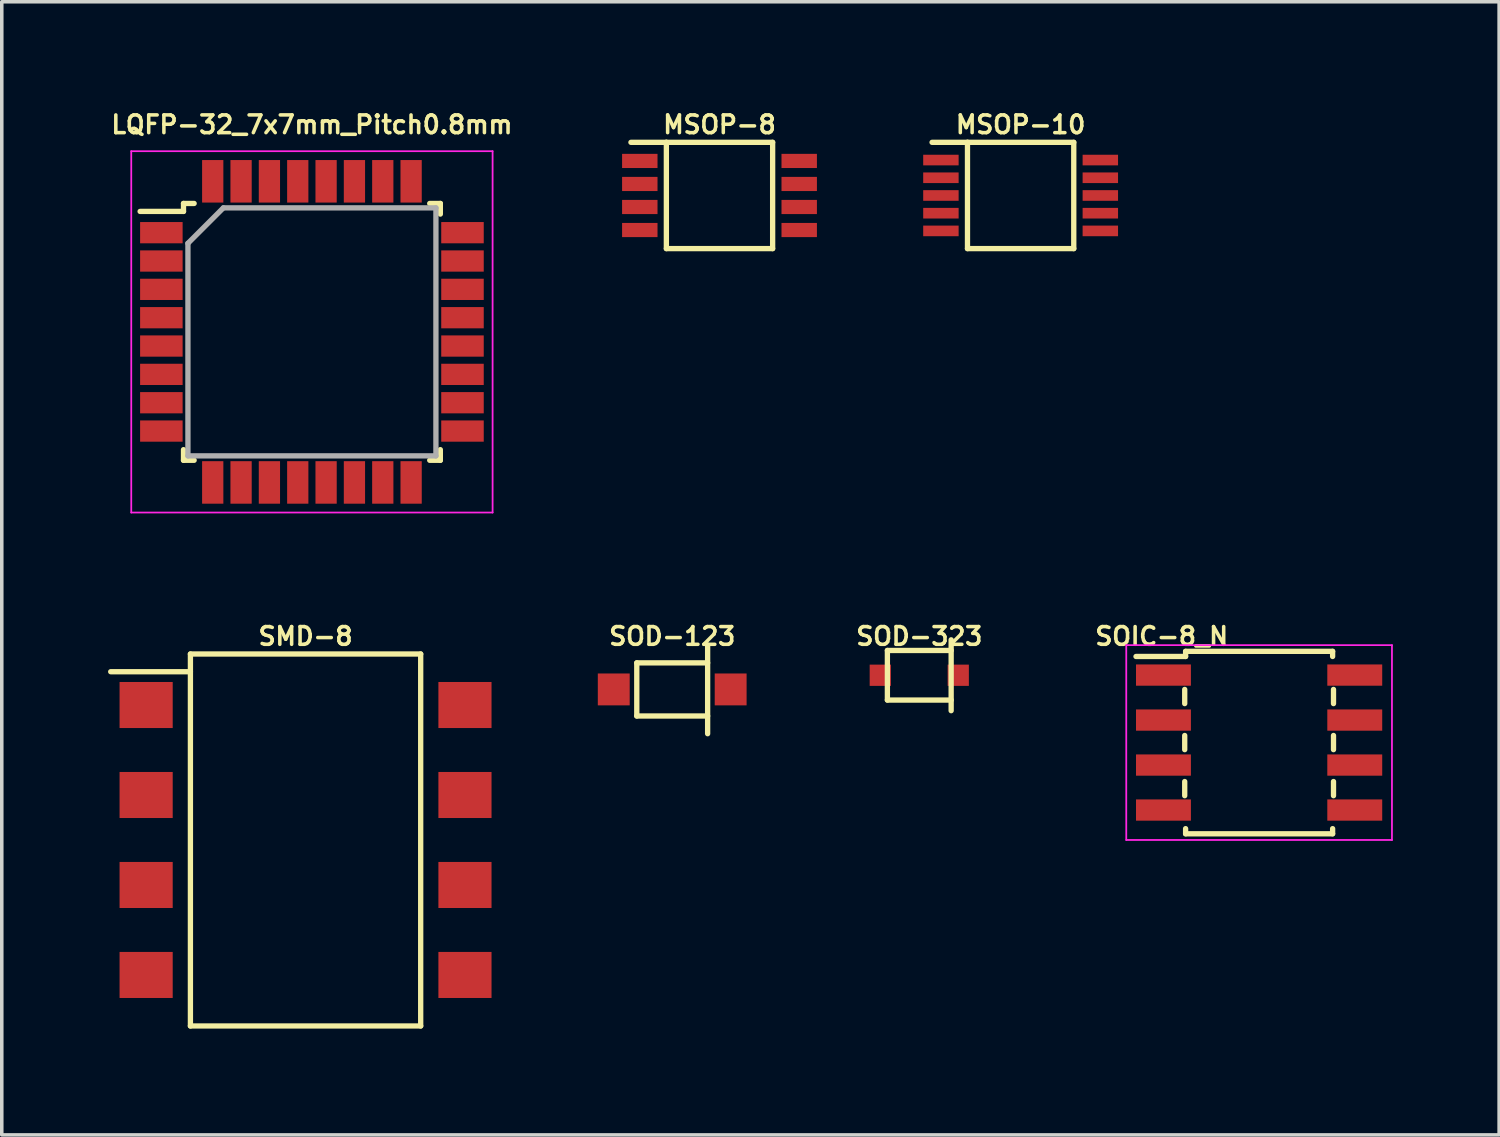
<source format=kicad_pcb>
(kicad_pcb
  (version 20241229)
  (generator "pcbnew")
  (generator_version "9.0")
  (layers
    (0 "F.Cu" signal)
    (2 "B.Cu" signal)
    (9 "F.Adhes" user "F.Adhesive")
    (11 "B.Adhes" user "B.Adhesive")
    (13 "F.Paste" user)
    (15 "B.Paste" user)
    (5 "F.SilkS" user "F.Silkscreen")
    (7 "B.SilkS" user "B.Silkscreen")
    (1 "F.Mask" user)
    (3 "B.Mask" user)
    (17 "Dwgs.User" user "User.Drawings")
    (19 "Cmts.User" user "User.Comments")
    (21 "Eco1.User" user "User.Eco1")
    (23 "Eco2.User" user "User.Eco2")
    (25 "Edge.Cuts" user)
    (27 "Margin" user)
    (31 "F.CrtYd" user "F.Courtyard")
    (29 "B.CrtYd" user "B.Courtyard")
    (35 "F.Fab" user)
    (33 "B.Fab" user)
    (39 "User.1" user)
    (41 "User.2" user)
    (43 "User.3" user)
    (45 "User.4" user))
  (footprint "MSOP-10"
    (layer "F.Cu")
    (at 25.76 2.468)
    (property "Reference" "MSOP-10" (at 0 -2 0) (layer "F.SilkS") (effects (font (size 0.5 0.5) (thickness 0.1))))
    (attr through_hole)
    (fp_line (start -1.5 -1.5) (end -2.5 -1.5) (stroke (width 0.15) (type solid)) (layer "F.SilkS"))
    (fp_line (start -1.5 -1.5) (end -1.5 1.5) (stroke (width 0.15) (type solid)) (layer "F.SilkS"))
    (fp_line (start -1.5 -1.5) (end 1.5 -1.5) (stroke (width 0.15) (type solid)) (layer "F.SilkS"))
    (fp_line (start -1.5 1.5) (end 1.5 1.5) (stroke (width 0.15) (type solid)) (layer "F.SilkS"))
    (fp_line (start 1.5 -1.5) (end 1.5 1.5) (stroke (width 0.15) (type solid)) (layer "F.SilkS"))
    (pad "1" smd rect (at -2.25 -1) (size 1 0.3) (layers "F.Cu" "F.Mask" "F.Paste"))
    (pad "2" smd rect (at -2.25 -0.5) (size 1 0.3) (layers "F.Cu" "F.Mask" "F.Paste"))
    (pad "3" smd rect (at -2.25 0) (size 1 0.3) (layers "F.Cu" "F.Mask" "F.Paste"))
    (pad "4" smd rect (at -2.25 0.5) (size 1 0.3) (layers "F.Cu" "F.Mask" "F.Paste"))
    (pad "5" smd rect (at -2.25 1) (size 1 0.3) (layers "F.Cu" "F.Mask" "F.Paste"))
    (pad "6" smd rect (at 2.25 1) (size 1 0.3) (layers "F.Cu" "F.Mask" "F.Paste"))
    (pad "7" smd rect (at 2.25 0.5) (size 1 0.3) (layers "F.Cu" "F.Mask" "F.Paste"))
    (pad "8" smd rect (at 2.25 0) (size 1 0.3) (layers "F.Cu" "F.Mask" "F.Paste"))
    (pad "9" smd rect (at 2.25 -0.5) (size 1 0.3) (layers "F.Cu" "F.Mask" "F.Paste"))
    (pad "10" smd rect (at 2.25 -1) (size 1 0.3) (layers "F.Cu" "F.Mask" "F.Paste")))
  (footprint "SOD-323"
    (layer "F.Cu")
    (at 22.899 16.011)
    (property "Reference" "SOD-323" (at 0 -1.1 0) (layer "F.SilkS") (effects (font (size 0.5 0.5) (thickness 0.1))))
    (attr through_hole)
    (fp_line (start -0.9 -0.7) (end -0.9 0.7) (stroke (width 0.15) (type solid)) (layer "F.SilkS"))
    (fp_line (start -0.9 -0.7) (end 0.9 -0.7) (stroke (width 0.15) (type solid)) (layer "F.SilkS"))
    (fp_line (start -0.9 0.7) (end 0.9 0.7) (stroke (width 0.15) (type solid)) (layer "F.SilkS"))
    (fp_line (start 0.9 -1) (end 0.9 1) (stroke (width 0.15) (type solid)) (layer "F.SilkS"))
    (pad "1" smd rect (at 1.1 0) (size 0.6 0.6) (layers "F.Cu" "F.Mask" "F.Paste"))
    (pad "2" smd rect (at -1.1 0) (size 0.6 0.6) (layers "F.Cu" "F.Mask" "F.Paste")))
  (footprint "LQFP-32_7x7mm_Pitch0.8mm"
    (layer "F.Cu")
    (at 5.755 6.318)
    (property "Reference" "LQFP-32_7x7mm_Pitch0.8mm" (at 0 -5.85 0) (layer "F.SilkS") (effects (font (size 0.5 0.5) (thickness 0.1))))
    (attr smd)
    (fp_line (start -3.625 -3.625) (end -3.625 -3.4) (stroke (width 0.15) (type solid)) (layer "F.SilkS"))
    (fp_line (start -3.625 -3.625) (end -3.325 -3.625) (stroke (width 0.15) (type solid)) (layer "F.SilkS"))
    (fp_line (start -3.625 -3.4) (end -4.85 -3.4) (stroke (width 0.15) (type solid)) (layer "F.SilkS"))
    (fp_line (start -3.625 3.625) (end -3.625 3.325) (stroke (width 0.15) (type solid)) (layer "F.SilkS"))
    (fp_line (start -3.625 3.625) (end -3.325 3.625) (stroke (width 0.15) (type solid)) (layer "F.SilkS"))
    (fp_line (start 3.625 -3.625) (end 3.325 -3.625) (stroke (width 0.15) (type solid)) (layer "F.SilkS"))
    (fp_line (start 3.625 -3.625) (end 3.625 -3.325) (stroke (width 0.15) (type solid)) (layer "F.SilkS"))
    (fp_line (start 3.625 3.625) (end 3.325 3.625) (stroke (width 0.15) (type solid)) (layer "F.SilkS"))
    (fp_line (start 3.625 3.625) (end 3.625 3.325) (stroke (width 0.15) (type solid)) (layer "F.SilkS"))
    (fp_line (start -5.1 -5.1) (end -5.1 5.1) (stroke (width 0.05) (type solid)) (layer "F.CrtYd"))
    (fp_line (start -5.1 -5.1) (end 5.1 -5.1) (stroke (width 0.05) (type solid)) (layer "F.CrtYd"))
    (fp_line (start -5.1 5.1) (end 5.1 5.1) (stroke (width 0.05) (type solid)) (layer "F.CrtYd"))
    (fp_line (start 5.1 -5.1) (end 5.1 5.1) (stroke (width 0.05) (type solid)) (layer "F.CrtYd"))
    (fp_line (start -3.5 -2.5) (end -2.5 -3.5) (stroke (width 0.15) (type solid)) (layer "F.Fab"))
    (fp_line (start -3.5 3.5) (end -3.5 -2.5) (stroke (width 0.15) (type solid)) (layer "F.Fab"))
    (fp_line (start -2.5 -3.5) (end 3.5 -3.5) (stroke (width 0.15) (type solid)) (layer "F.Fab"))
    (fp_line (start 3.5 -3.5) (end 3.5 3.5) (stroke (width 0.15) (type solid)) (layer "F.Fab"))
    (fp_line (start 3.5 3.5) (end -3.5 3.5) (stroke (width 0.15) (type solid)) (layer "F.Fab"))
    (pad "1" smd rect (at -4.25 -2.8) (size 1.2 0.6) (layers "F.Cu" "F.Mask" "F.Paste"))
    (pad "2" smd rect (at -4.25 -2) (size 1.2 0.6) (layers "F.Cu" "F.Mask" "F.Paste"))
    (pad "3" smd rect (at -4.25 -1.2) (size 1.2 0.6) (layers "F.Cu" "F.Mask" "F.Paste"))
    (pad "4" smd rect (at -4.25 -0.4) (size 1.2 0.6) (layers "F.Cu" "F.Mask" "F.Paste"))
    (pad "5" smd rect (at -4.25 0.4) (size 1.2 0.6) (layers "F.Cu" "F.Mask" "F.Paste"))
    (pad "6" smd rect (at -4.25 1.2) (size 1.2 0.6) (layers "F.Cu" "F.Mask" "F.Paste"))
    (pad "7" smd rect (at -4.25 2) (size 1.2 0.6) (layers "F.Cu" "F.Mask" "F.Paste"))
    (pad "8" smd rect (at -4.25 2.8) (size 1.2 0.6) (layers "F.Cu" "F.Mask" "F.Paste"))
    (pad "9" smd rect (at -2.8 4.25 90) (size 1.2 0.6) (layers "F.Cu" "F.Mask" "F.Paste"))
    (pad "10" smd rect (at -2 4.25 90) (size 1.2 0.6) (layers "F.Cu" "F.Mask" "F.Paste"))
    (pad "11" smd rect (at -1.2 4.25 90) (size 1.2 0.6) (layers "F.Cu" "F.Mask" "F.Paste"))
    (pad "12" smd rect (at -0.4 4.25 90) (size 1.2 0.6) (layers "F.Cu" "F.Mask" "F.Paste"))
    (pad "13" smd rect (at 0.4 4.25 90) (size 1.2 0.6) (layers "F.Cu" "F.Mask" "F.Paste"))
    (pad "14" smd rect (at 1.2 4.25 90) (size 1.2 0.6) (layers "F.Cu" "F.Mask" "F.Paste"))
    (pad "15" smd rect (at 2 4.25 90) (size 1.2 0.6) (layers "F.Cu" "F.Mask" "F.Paste"))
    (pad "16" smd rect (at 2.8 4.25 90) (size 1.2 0.6) (layers "F.Cu" "F.Mask" "F.Paste"))
    (pad "17" smd rect (at 4.25 2.8) (size 1.2 0.6) (layers "F.Cu" "F.Mask" "F.Paste"))
    (pad "18" smd rect (at 4.25 2) (size 1.2 0.6) (layers "F.Cu" "F.Mask" "F.Paste"))
    (pad "19" smd rect (at 4.25 1.2) (size 1.2 0.6) (layers "F.Cu" "F.Mask" "F.Paste"))
    (pad "20" smd rect (at 4.25 0.4) (size 1.2 0.6) (layers "F.Cu" "F.Mask" "F.Paste"))
    (pad "21" smd rect (at 4.25 -0.4) (size 1.2 0.6) (layers "F.Cu" "F.Mask" "F.Paste"))
    (pad "22" smd rect (at 4.25 -1.2) (size 1.2 0.6) (layers "F.Cu" "F.Mask" "F.Paste"))
    (pad "23" smd rect (at 4.25 -2) (size 1.2 0.6) (layers "F.Cu" "F.Mask" "F.Paste"))
    (pad "24" smd rect (at 4.25 -2.8) (size 1.2 0.6) (layers "F.Cu" "F.Mask" "F.Paste"))
    (pad "25" smd rect (at 2.8 -4.25 90) (size 1.2 0.6) (layers "F.Cu" "F.Mask" "F.Paste"))
    (pad "26" smd rect (at 2 -4.25 90) (size 1.2 0.6) (layers "F.Cu" "F.Mask" "F.Paste"))
    (pad "27" smd rect (at 1.2 -4.25 90) (size 1.2 0.6) (layers "F.Cu" "F.Mask" "F.Paste"))
    (pad "28" smd rect (at 0.4 -4.25 90) (size 1.2 0.6) (layers "F.Cu" "F.Mask" "F.Paste"))
    (pad "29" smd rect (at -0.4 -4.25 90) (size 1.2 0.6) (layers "F.Cu" "F.Mask" "F.Paste"))
    (pad "30" smd rect (at -1.2 -4.25 90) (size 1.2 0.6) (layers "F.Cu" "F.Mask" "F.Paste"))
    (pad "31" smd rect (at -2 -4.25 90) (size 1.2 0.6) (layers "F.Cu" "F.Mask" "F.Paste"))
    (pad "32" smd rect (at -2.8 -4.25 90) (size 1.2 0.6) (layers "F.Cu" "F.Mask" "F.Paste")))
  (footprint "MSOP-8"
    (layer "F.Cu")
    (at 17.26 2.468)
    (property "Reference" "MSOP-8" (at 0 -2 0) (layer "F.SilkS") (effects (font (size 0.5 0.5) (thickness 0.1))))
    (attr through_hole)
    (fp_line (start -1.5 -1.5) (end -2.5 -1.5) (stroke (width 0.15) (type solid)) (layer "F.SilkS"))
    (fp_line (start -1.5 -1.5) (end 1.5 -1.5) (stroke (width 0.15) (type solid)) (layer "F.SilkS"))
    (fp_line (start -1.5 1.5) (end -1.5 -1.5) (stroke (width 0.15) (type solid)) (layer "F.SilkS"))
    (fp_line (start 1.5 -1.5) (end 1.5 1.5) (stroke (width 0.15) (type solid)) (layer "F.SilkS"))
    (fp_line (start 1.5 1.5) (end -1.5 1.5) (stroke (width 0.15) (type solid)) (layer "F.SilkS"))
    (pad "1" smd rect (at -2.25 -0.975) (size 1 0.4) (layers "F.Cu" "F.Mask" "F.Paste"))
    (pad "2" smd rect (at -2.25 -0.325) (size 1 0.4) (layers "F.Cu" "F.Mask" "F.Paste"))
    (pad "3" smd rect (at -2.25 0.325) (size 1 0.4) (layers "F.Cu" "F.Mask" "F.Paste"))
    (pad "4" smd rect (at -2.25 0.975) (size 1 0.4) (layers "F.Cu" "F.Mask" "F.Paste"))
    (pad "5" smd rect (at 2.25 0.975) (size 1 0.4) (layers "F.Cu" "F.Mask" "F.Paste"))
    (pad "6" smd rect (at 2.25 0.325) (size 1 0.4) (layers "F.Cu" "F.Mask" "F.Paste"))
    (pad "7" smd rect (at 2.25 -0.325) (size 1 0.4) (layers "F.Cu" "F.Mask" "F.Paste"))
    (pad "8" smd rect (at 2.25 -0.975) (size 1 0.4) (layers "F.Cu" "F.Mask" "F.Paste")))
  (footprint "SOD-123"
    (layer "F.Cu")
    (at 15.925 16.411)
    (property "Reference" "SOD-123" (at 0 -1.5 0) (layer "F.SilkS") (effects (font (size 0.5 0.5) (thickness 0.1))))
    (attr through_hole)
    (fp_line (start -1 -0.75) (end -1 0.75) (stroke (width 0.15) (type solid)) (layer "F.SilkS"))
    (fp_line (start -1 0.75) (end 1 0.75) (stroke (width 0.15) (type solid)) (layer "F.SilkS"))
    (fp_line (start 1 -0.75) (end -1 -0.75) (stroke (width 0.15) (type solid)) (layer "F.SilkS"))
    (fp_line (start 1 1.25) (end 1 -1.25) (stroke (width 0.15) (type solid)) (layer "F.SilkS"))
    (pad "1" smd rect (at 1.65 0) (size 0.9 0.9) (layers "F.Cu" "F.Mask" "F.Paste"))
    (pad "2" smd rect (at -1.65 0) (size 0.9 0.9) (layers "F.Cu" "F.Mask" "F.Paste")))
  (footprint "SOIC-8_N"
    (layer "F.Cu")
    (at 32.492 17.911)
    (property "Reference" "SOIC-8_N" (at -2.75 -3 0) (layer "F.SilkS") (effects (font (size 0.5 0.5) (thickness 0.1))))
    (attr smd)
    (fp_line (start -2.1 -1.5) (end -2.1 -1.1) (stroke (width 0.15) (type solid)) (layer "F.SilkS"))
    (fp_line (start -2.1 -0.2) (end -2.1 0.2) (stroke (width 0.15) (type solid)) (layer "F.SilkS"))
    (fp_line (start -2.1 1.1) (end -2.1 1.5) (stroke (width 0.15) (type solid)) (layer "F.SilkS"))
    (fp_line (start -2.075 -2.575) (end -2.075 -2.43) (stroke (width 0.15) (type solid)) (layer "F.SilkS"))
    (fp_line (start -2.075 -2.575) (end 2.075 -2.575) (stroke (width 0.15) (type solid)) (layer "F.SilkS"))
    (fp_line (start -2.075 -2.43) (end -3.475 -2.43) (stroke (width 0.15) (type solid)) (layer "F.SilkS"))
    (fp_line (start -2.075 2.575) (end -2.075 2.43) (stroke (width 0.15) (type solid)) (layer "F.SilkS"))
    (fp_line (start -2.075 2.575) (end 2.075 2.575) (stroke (width 0.15) (type solid)) (layer "F.SilkS"))
    (fp_line (start 2.075 -2.575) (end 2.075 -2.43) (stroke (width 0.15) (type solid)) (layer "F.SilkS"))
    (fp_line (start 2.075 2.575) (end 2.075 2.43) (stroke (width 0.15) (type solid)) (layer "F.SilkS"))
    (fp_line (start 2.1 -1.5) (end 2.1 -1.1) (stroke (width 0.15) (type solid)) (layer "F.SilkS"))
    (fp_line (start 2.1 -0.2) (end 2.1 0.2) (stroke (width 0.15) (type solid)) (layer "F.SilkS"))
    (fp_line (start 2.1 1.1) (end 2.1 1.5) (stroke (width 0.15) (type solid)) (layer "F.SilkS"))
    (fp_line (start -3.75 -2.75) (end -3.75 2.75) (stroke (width 0.05) (type solid)) (layer "F.CrtYd"))
    (fp_line (start -3.75 -2.75) (end 3.75 -2.75) (stroke (width 0.05) (type solid)) (layer "F.CrtYd"))
    (fp_line (start -3.75 2.75) (end 3.75 2.75) (stroke (width 0.05) (type solid)) (layer "F.CrtYd"))
    (fp_line (start 3.75 -2.75) (end 3.75 2.75) (stroke (width 0.05) (type solid)) (layer "F.CrtYd"))
    (pad "1" smd rect (at -2.7 -1.905) (size 1.55 0.6) (layers "F.Cu" "F.Mask" "F.Paste"))
    (pad "2" smd rect (at -2.7 -0.635) (size 1.55 0.6) (layers "F.Cu" "F.Mask" "F.Paste"))
    (pad "3" smd rect (at -2.7 0.635) (size 1.55 0.6) (layers "F.Cu" "F.Mask" "F.Paste"))
    (pad "4" smd rect (at -2.7 1.905) (size 1.55 0.6) (layers "F.Cu" "F.Mask" "F.Paste"))
    (pad "5" smd rect (at 2.7 1.905) (size 1.55 0.6) (layers "F.Cu" "F.Mask" "F.Paste"))
    (pad "6" smd rect (at 2.7 0.635) (size 1.55 0.6) (layers "F.Cu" "F.Mask" "F.Paste"))
    (pad "7" smd rect (at 2.7 -0.635) (size 1.55 0.6) (layers "F.Cu" "F.Mask" "F.Paste"))
    (pad "8" smd rect (at 2.7 -1.905) (size 1.55 0.6) (layers "F.Cu" "F.Mask" "F.Paste")))
  (footprint "SMD-8"
    (layer "F.Cu")
    (at 5.575 20.661)
    (property "Reference" "SMD-8" (at 0 -5.75 0) (layer "F.SilkS") (effects (font (size 0.5 0.5) (thickness 0.1))))
    (attr through_hole)
    (fp_line (start -3.25 -5.25) (end -3.25 5.25) (stroke (width 0.15) (type solid)) (layer "F.SilkS"))
    (fp_line (start -3.25 -5.25) (end 3.25 -5.25) (stroke (width 0.15) (type solid)) (layer "F.SilkS"))
    (fp_line (start -3.25 -4.75) (end -5.5 -4.75) (stroke (width 0.15) (type solid)) (layer "F.SilkS"))
    (fp_line (start 3.25 5.25) (end -3.25 5.25) (stroke (width 0.15) (type solid)) (layer "F.SilkS"))
    (fp_line (start 3.25 5.25) (end 3.25 -5.25) (stroke (width 0.15) (type solid)) (layer "F.SilkS"))
    (pad "1" smd rect (at -4.5 -3.81) (size 1.5 1.3) (layers "F.Cu" "F.Mask" "F.Paste"))
    (pad "2" smd rect (at -4.5 -1.27) (size 1.5 1.3) (layers "F.Cu" "F.Mask" "F.Paste"))
    (pad "3" smd rect (at -4.5 1.27) (size 1.5 1.3) (layers "F.Cu" "F.Mask" "F.Paste"))
    (pad "4" smd rect (at -4.5 3.81) (size 1.5 1.3) (layers "F.Cu" "F.Mask" "F.Paste"))
    (pad "5" smd rect (at 4.5 3.81) (size 1.5 1.3) (layers "F.Cu" "F.Mask" "F.Paste"))
    (pad "6" smd rect (at 4.5 1.27) (size 1.5 1.3) (layers "F.Cu" "F.Mask" "F.Paste"))
    (pad "7" smd rect (at 4.5 -1.27) (size 1.5 1.3) (layers "F.Cu" "F.Mask" "F.Paste"))
    (pad "8" smd rect (at 4.5 -3.81) (size 1.5 1.3) (layers "F.Cu" "F.Mask" "F.Paste")))
  (gr_rect
    (start -3 -3)
    (end 39.267 28.986)
    (stroke (width 0.1) (type default))
    (fill no)
    (layer "Edge.Cuts")))
</source>
